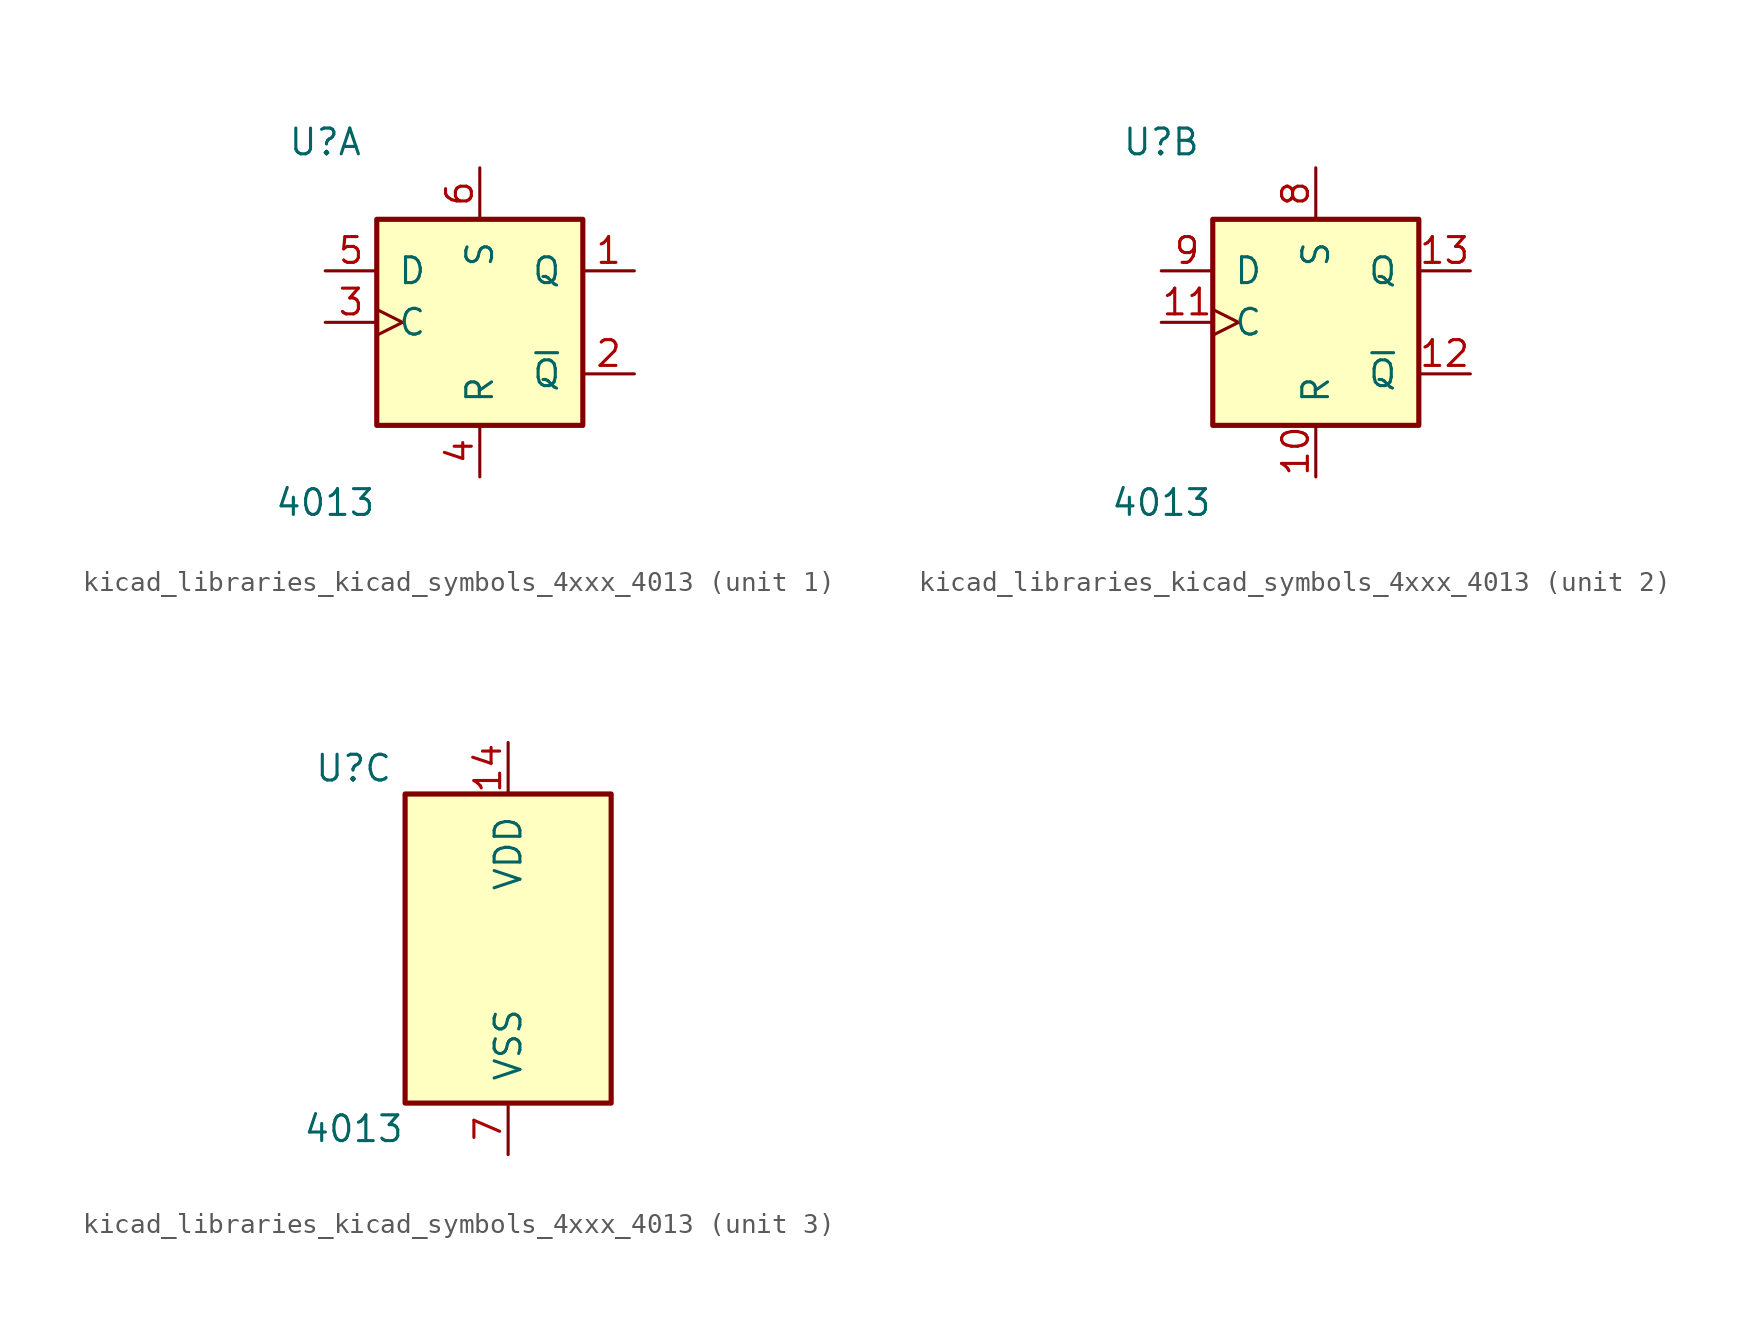
<source format=kicad_sym>
(kicad_symbol_lib
  (version 20220914)
  (generator kicad_symbol_editor)
  (symbol "kicad_libraries_kicad_symbols_4xxx_4013"
    (pin_names
      (offset 1.016))
    (property "Reference" "U"
      (at -7.62 8.89 0)
      (effects (font (size 1.27 1.27))))
    (property "Value" "4013"
      (at -7.62 -8.89 0)
      (effects (font (size 1.27 1.27))))
    (property "ki_locked" ""
      (at 0 0 0)
      (effects (font (size 1.27 1.27))))
    (symbol "kicad_libraries_kicad_symbols_4xxx_4013_1_1"
      (rectangle (start -5.08 5.08) (end 5.08 -5.08) (stroke (width 0.254) (type default)) (fill (type background)))
      (pin output line (at 7.62 2.54 180) (length 2.54) (name "Q" (effects (font (size 1.27 1.27)))) (number "1" (effects (font (size 1.27 1.27)))))
      (pin output line (at 7.62 -2.54 180) (length 2.54) (name "~{Q}" (effects (font (size 1.27 1.27)))) (number "2" (effects (font (size 1.27 1.27)))))
      (pin input clock (at -7.62 0 0) (length 2.54) (name "C" (effects (font (size 1.27 1.27)))) (number "3" (effects (font (size 1.27 1.27)))))
      (pin input line (at 0 -7.62 90) (length 2.54) (name "R" (effects (font (size 1.27 1.27)))) (number "4" (effects (font (size 1.27 1.27)))))
      (pin input line (at -7.62 2.54 0) (length 2.54) (name "D" (effects (font (size 1.27 1.27)))) (number "5" (effects (font (size 1.27 1.27)))))
      (pin input line (at 0 7.62 270) (length 2.54) (name "S" (effects (font (size 1.27 1.27)))) (number "6" (effects (font (size 1.27 1.27))))))
    (symbol "kicad_libraries_kicad_symbols_4xxx_4013_2_1"
      (rectangle (start -5.08 5.08) (end 5.08 -5.08) (stroke (width 0.254) (type default)) (fill (type background)))
      (pin input line (at 0 -7.62 90) (length 2.54) (name "R" (effects (font (size 1.27 1.27)))) (number "10" (effects (font (size 1.27 1.27)))))
      (pin input clock (at -7.62 0 0) (length 2.54) (name "C" (effects (font (size 1.27 1.27)))) (number "11" (effects (font (size 1.27 1.27)))))
      (pin output line (at 7.62 -2.54 180) (length 2.54) (name "~{Q}" (effects (font (size 1.27 1.27)))) (number "12" (effects (font (size 1.27 1.27)))))
      (pin output line (at 7.62 2.54 180) (length 2.54) (name "Q" (effects (font (size 1.27 1.27)))) (number "13" (effects (font (size 1.27 1.27)))))
      (pin input line (at 0 7.62 270) (length 2.54) (name "S" (effects (font (size 1.27 1.27)))) (number "8" (effects (font (size 1.27 1.27)))))
      (pin input line (at -7.62 2.54 0) (length 2.54) (name "D" (effects (font (size 1.27 1.27)))) (number "9" (effects (font (size 1.27 1.27))))))
    (symbol "kicad_libraries_kicad_symbols_4xxx_4013_3_0"
      (pin power_in line (at 0 10.16 270) (length 2.54) (name "VDD" (effects (font (size 1.27 1.27)))) (number "14" (effects (font (size 1.27 1.27)))))
      (pin power_in line (at 0 -10.16 90) (length 2.54) (name "VSS" (effects (font (size 1.27 1.27)))) (number "7" (effects (font (size 1.27 1.27))))))
    (symbol "kicad_libraries_kicad_symbols_4xxx_4013_3_1"
      (rectangle (start -5.08 7.62) (end 5.08 -7.62) (stroke (width 0.254) (type default)) (fill (type background))))))
</source>
